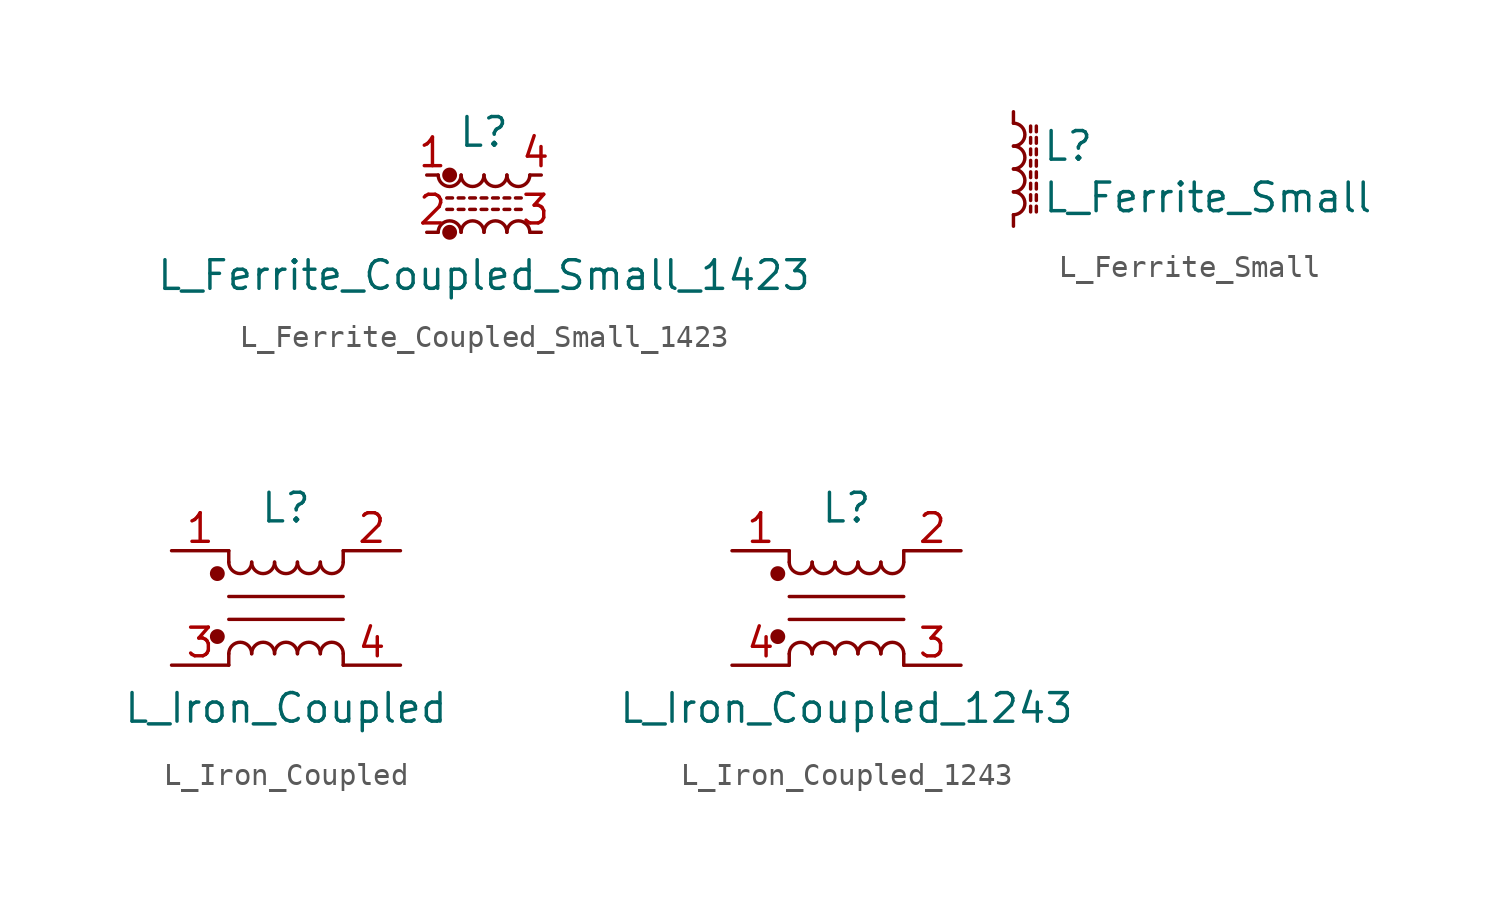
<source format=kicad_sym>
(kicad_symbol_lib
  (version 20211014)
  (generator kicad_symbol_editor)
  (symbol "L_Ferrite_Coupled_Small_1423"
    (pin_names
      (offset 0.254) hide)
    (property "Reference" "L"
      (at 0 3.175 0)
      (effects (font (size 1.27 1.27))))
    (property "Value" "L_Ferrite_Coupled_Small_1423"
      (at 0 -3.175 0)
      (effects (font (size 1.27 1.27))))
    (symbol "L_Ferrite_Coupled_Small_1423_0_1"
      (arc (start -2.032 1.27) (mid -1.524 0.762) (end -1.016 1.27) (stroke (width 0) (type default) (color 0 0 0 0)) (fill (type none)))
      (circle (center -1.524 -1.27) (radius 0.254) (stroke (width 0) (type default) (color 0 0 0 0)) (fill (type outline)))
      (circle (center -1.524 1.27) (radius 0.254) (stroke (width 0) (type default) (color 0 0 0 0)) (fill (type outline)))
      (arc (start -1.016 -1.27) (mid -1.524 -0.762) (end -2.032 -1.27) (stroke (width 0) (type default) (color 0 0 0 0)) (fill (type none)))
      (arc (start -1.016 1.27) (mid -0.508 0.762) (end 0 1.27) (stroke (width 0) (type default) (color 0 0 0 0)) (fill (type none)))
      (arc (start 0 -1.27) (mid -0.508 -0.762) (end -1.016 -1.27) (stroke (width 0) (type default) (color 0 0 0 0)) (fill (type none)))
      (polyline (pts (xy -1.651 0.254) (xy -1.397 0.254)) (stroke (width 0) (type default) (color 0 0 0 0)) (fill (type none)))
      (polyline (pts (xy -1.397 -0.254) (xy -1.651 -0.254)) (stroke (width 0) (type default) (color 0 0 0 0)) (fill (type none)))
      (polyline (pts (xy -1.143 0.254) (xy -0.889 0.254)) (stroke (width 0) (type default) (color 0 0 0 0)) (fill (type none)))
      (polyline (pts (xy -0.889 -0.254) (xy -1.143 -0.254)) (stroke (width 0) (type default) (color 0 0 0 0)) (fill (type none)))
      (polyline (pts (xy -0.635 0.254) (xy -0.381 0.254)) (stroke (width 0) (type default) (color 0 0 0 0)) (fill (type none)))
      (polyline (pts (xy -0.381 -0.254) (xy -0.635 -0.254)) (stroke (width 0) (type default) (color 0 0 0 0)) (fill (type none)))
      (polyline (pts (xy -0.127 0.254) (xy 0.127 0.254)) (stroke (width 0) (type default) (color 0 0 0 0)) (fill (type none)))
      (polyline (pts (xy 0.127 -0.254) (xy -0.127 -0.254)) (stroke (width 0) (type default) (color 0 0 0 0)) (fill (type none)))
      (polyline (pts (xy 0.381 0.254) (xy 0.635 0.254)) (stroke (width 0) (type default) (color 0 0 0 0)) (fill (type none)))
      (polyline (pts (xy 0.635 -0.254) (xy 0.381 -0.254)) (stroke (width 0) (type default) (color 0 0 0 0)) (fill (type none)))
      (polyline (pts (xy 0.889 0.254) (xy 1.143 0.254)) (stroke (width 0) (type default) (color 0 0 0 0)) (fill (type none)))
      (polyline (pts (xy 1.143 -0.254) (xy 0.889 -0.254)) (stroke (width 0) (type default) (color 0 0 0 0)) (fill (type none)))
      (polyline (pts (xy 1.397 0.254) (xy 1.651 0.254)) (stroke (width 0) (type default) (color 0 0 0 0)) (fill (type none)))
      (polyline (pts (xy 1.651 -0.254) (xy 1.397 -0.254)) (stroke (width 0) (type default) (color 0 0 0 0)) (fill (type none)))
      (arc (start 0 1.27) (mid 0.508 0.762) (end 1.016 1.27) (stroke (width 0) (type default) (color 0 0 0 0)) (fill (type none)))
      (arc (start 1.016 -1.27) (mid 0.508 -0.762) (end 0 -1.27) (stroke (width 0) (type default) (color 0 0 0 0)) (fill (type none)))
      (arc (start 1.016 1.27) (mid 1.524 0.762) (end 2.032 1.27) (stroke (width 0) (type default) (color 0 0 0 0)) (fill (type none)))
      (arc (start 2.032 -1.27) (mid 1.524 -0.762) (end 1.016 -1.27) (stroke (width 0) (type default) (color 0 0 0 0)) (fill (type none))))
    (symbol "L_Ferrite_Coupled_Small_1423_1_1"
      (pin passive line (at -2.54 1.27 0) (length 0.508) (name "1" (effects (font (size 1.27 1.27)))) (number "1" (effects (font (size 1.27 1.27)))))
      (pin passive line (at -2.54 -1.27 0) (length 0.508) (name "2" (effects (font (size 1.27 1.27)))) (number "2" (effects (font (size 1.27 1.27)))))
      (pin passive line (at 2.54 -1.27 180) (length 0.508) (name "3" (effects (font (size 1.27 1.27)))) (number "3" (effects (font (size 1.27 1.27)))))
      (pin passive line (at 2.54 1.27 180) (length 0.508) (name "4" (effects (font (size 1.27 1.27)))) (number "4" (effects (font (size 1.27 1.27)))))))
  (symbol "L_Ferrite_Small"
    (pin_numbers hide)
    (pin_names
      (offset 0.254) hide)
    (property "Reference" "L"
      (at 1.27 1.016 0)
      (effects (font (size 1.27 1.27)) (justify left)))
    (property "Value" "L_Ferrite_Small"
      (at 1.27 -1.27 0)
      (effects (font (size 1.27 1.27)) (justify left)))
    (symbol "L_Ferrite_Small_0_1"
      (arc (start 0 -2.032) (mid 0.508 -1.524) (end 0 -1.016) (stroke (width 0) (type default) (color 0 0 0 0)) (fill (type none)))
      (arc (start 0 -1.016) (mid 0.508 -0.508) (end 0 0) (stroke (width 0) (type default) (color 0 0 0 0)) (fill (type none)))
      (polyline (pts (xy 0.762 -1.905) (xy 0.762 -1.651)) (stroke (width 0) (type default) (color 0 0 0 0)) (fill (type none)))
      (polyline (pts (xy 0.762 -1.397) (xy 0.762 -1.143)) (stroke (width 0) (type default) (color 0 0 0 0)) (fill (type none)))
      (polyline (pts (xy 0.762 -0.889) (xy 0.762 -0.635)) (stroke (width 0) (type default) (color 0 0 0 0)) (fill (type none)))
      (polyline (pts (xy 0.762 -0.381) (xy 0.762 -0.127)) (stroke (width 0) (type default) (color 0 0 0 0)) (fill (type none)))
      (polyline (pts (xy 0.762 0.127) (xy 0.762 0.381)) (stroke (width 0) (type default) (color 0 0 0 0)) (fill (type none)))
      (polyline (pts (xy 0.762 0.635) (xy 0.762 0.889)) (stroke (width 0) (type default) (color 0 0 0 0)) (fill (type none)))
      (polyline (pts (xy 0.762 1.143) (xy 0.762 1.397)) (stroke (width 0) (type default) (color 0 0 0 0)) (fill (type none)))
      (polyline (pts (xy 0.762 1.651) (xy 0.762 1.905)) (stroke (width 0) (type default) (color 0 0 0 0)) (fill (type none)))
      (polyline (pts (xy 1.016 -1.651) (xy 1.016 -1.905)) (stroke (width 0) (type default) (color 0 0 0 0)) (fill (type none)))
      (polyline (pts (xy 1.016 -1.143) (xy 1.016 -1.397)) (stroke (width 0) (type default) (color 0 0 0 0)) (fill (type none)))
      (polyline (pts (xy 1.016 -0.635) (xy 1.016 -0.889)) (stroke (width 0) (type default) (color 0 0 0 0)) (fill (type none)))
      (polyline (pts (xy 1.016 -0.127) (xy 1.016 -0.381)) (stroke (width 0) (type default) (color 0 0 0 0)) (fill (type none)))
      (polyline (pts (xy 1.016 0.381) (xy 1.016 0.127)) (stroke (width 0) (type default) (color 0 0 0 0)) (fill (type none)))
      (polyline (pts (xy 1.016 0.889) (xy 1.016 0.635)) (stroke (width 0) (type default) (color 0 0 0 0)) (fill (type none)))
      (polyline (pts (xy 1.016 1.397) (xy 1.016 1.143)) (stroke (width 0) (type default) (color 0 0 0 0)) (fill (type none)))
      (polyline (pts (xy 1.016 1.905) (xy 1.016 1.651)) (stroke (width 0) (type default) (color 0 0 0 0)) (fill (type none)))
      (arc (start 0 0) (mid 0.508 0.508) (end 0 1.016) (stroke (width 0) (type default) (color 0 0 0 0)) (fill (type none)))
      (arc (start 0 1.016) (mid 0.508 1.524) (end 0 2.032) (stroke (width 0) (type default) (color 0 0 0 0)) (fill (type none))))
    (symbol "L_Ferrite_Small_1_1"
      (pin passive line (at 0 2.54 270) (length 0.508) (name "~" (effects (font (size 1.27 1.27)))) (number "1" (effects (font (size 1.27 1.27)))))
      (pin passive line (at 0 -2.54 90) (length 0.508) (name "~" (effects (font (size 1.27 1.27)))) (number "2" (effects (font (size 1.27 1.27)))))))
  (symbol "L_Iron_Coupled"
    (pin_names
      (offset 0.254) hide)
    (property "Reference" "L"
      (at 0 4.445 0)
      (effects (font (size 1.27 1.27))))
    (property "Value" "L_Iron_Coupled"
      (at 0 -4.445 0)
      (effects (font (size 1.27 1.27))))
    (symbol "L_Iron_Coupled_0_1"
      (circle (center -3.048 -1.27) (radius 0.254) (stroke (width 0) (type default) (color 0 0 0 0)) (fill (type outline)))
      (circle (center -3.048 1.524) (radius 0.254) (stroke (width 0) (type default) (color 0 0 0 0)) (fill (type outline)))
      (arc (start -2.54 2.032) (mid -2.032 1.524) (end -1.524 2.032) (stroke (width 0) (type default) (color 0 0 0 0)) (fill (type none)))
      (arc (start -1.524 -2.032) (mid -2.032 -1.524) (end -2.54 -2.032) (stroke (width 0) (type default) (color 0 0 0 0)) (fill (type none)))
      (arc (start -1.524 2.032) (mid -1.016 1.524) (end -0.508 2.032) (stroke (width 0) (type default) (color 0 0 0 0)) (fill (type none)))
      (arc (start -0.508 -2.032) (mid -1.016 -1.524) (end -1.524 -2.032) (stroke (width 0) (type default) (color 0 0 0 0)) (fill (type none)))
      (arc (start -0.508 2.032) (mid 0 1.524) (end 0.508 2.032) (stroke (width 0) (type default) (color 0 0 0 0)) (fill (type none)))
      (polyline (pts (xy -2.54 -2.032) (xy -2.54 -2.54)) (stroke (width 0) (type default) (color 0 0 0 0)) (fill (type none)))
      (polyline (pts (xy -2.54 0.508) (xy 2.54 0.508)) (stroke (width 0) (type default) (color 0 0 0 0)) (fill (type none)))
      (polyline (pts (xy -2.54 2.032) (xy -2.54 2.54)) (stroke (width 0) (type default) (color 0 0 0 0)) (fill (type none)))
      (polyline (pts (xy 2.54 -2.032) (xy 2.54 -2.54)) (stroke (width 0) (type default) (color 0 0 0 0)) (fill (type none)))
      (polyline (pts (xy 2.54 -0.508) (xy -2.54 -0.508)) (stroke (width 0) (type default) (color 0 0 0 0)) (fill (type none)))
      (polyline (pts (xy 2.54 2.54) (xy 2.54 2.032)) (stroke (width 0) (type default) (color 0 0 0 0)) (fill (type none)))
      (arc (start 0.508 -2.032) (mid 0 -1.524) (end -0.508 -2.032) (stroke (width 0) (type default) (color 0 0 0 0)) (fill (type none)))
      (arc (start 0.508 2.032) (mid 1.016 1.524) (end 1.524 2.032) (stroke (width 0) (type default) (color 0 0 0 0)) (fill (type none)))
      (arc (start 1.524 -2.032) (mid 1.016 -1.524) (end 0.508 -2.032) (stroke (width 0) (type default) (color 0 0 0 0)) (fill (type none)))
      (arc (start 1.524 2.032) (mid 2.032 1.524) (end 2.54 2.032) (stroke (width 0) (type default) (color 0 0 0 0)) (fill (type none)))
      (arc (start 2.54 -2.032) (mid 2.032 -1.524) (end 1.524 -2.032) (stroke (width 0) (type default) (color 0 0 0 0)) (fill (type none))))
    (symbol "L_Iron_Coupled_1_1"
      (pin passive line (at -5.08 2.54 0) (length 2.54) (name "1" (effects (font (size 1.27 1.27)))) (number "1" (effects (font (size 1.27 1.27)))))
      (pin passive line (at 5.08 2.54 180) (length 2.54) (name "2" (effects (font (size 1.27 1.27)))) (number "2" (effects (font (size 1.27 1.27)))))
      (pin passive line (at -5.08 -2.54 0) (length 2.54) (name "3" (effects (font (size 1.27 1.27)))) (number "3" (effects (font (size 1.27 1.27)))))
      (pin passive line (at 5.08 -2.54 180) (length 2.54) (name "4" (effects (font (size 1.27 1.27)))) (number "4" (effects (font (size 1.27 1.27)))))))
  (symbol "L_Iron_Coupled_1243"
    (pin_names
      (offset 0.254) hide)
    (property "Reference" "L"
      (at 0 4.445 0)
      (effects (font (size 1.27 1.27))))
    (property "Value" "L_Iron_Coupled_1243"
      (at 0 -4.445 0)
      (effects (font (size 1.27 1.27))))
    (symbol "L_Iron_Coupled_1243_0_1"
      (circle (center -3.048 -1.27) (radius 0.254) (stroke (width 0) (type default) (color 0 0 0 0)) (fill (type outline)))
      (circle (center -3.048 1.524) (radius 0.254) (stroke (width 0) (type default) (color 0 0 0 0)) (fill (type outline)))
      (arc (start -2.54 2.032) (mid -2.032 1.524) (end -1.524 2.032) (stroke (width 0) (type default) (color 0 0 0 0)) (fill (type none)))
      (arc (start -1.524 -2.032) (mid -2.032 -1.524) (end -2.54 -2.032) (stroke (width 0) (type default) (color 0 0 0 0)) (fill (type none)))
      (arc (start -1.524 2.032) (mid -1.016 1.524) (end -0.508 2.032) (stroke (width 0) (type default) (color 0 0 0 0)) (fill (type none)))
      (arc (start -0.508 -2.032) (mid -1.016 -1.524) (end -1.524 -2.032) (stroke (width 0) (type default) (color 0 0 0 0)) (fill (type none)))
      (arc (start -0.508 2.032) (mid 0 1.524) (end 0.508 2.032) (stroke (width 0) (type default) (color 0 0 0 0)) (fill (type none)))
      (polyline (pts (xy -2.54 -2.032) (xy -2.54 -2.54)) (stroke (width 0) (type default) (color 0 0 0 0)) (fill (type none)))
      (polyline (pts (xy -2.54 0.508) (xy 2.54 0.508)) (stroke (width 0) (type default) (color 0 0 0 0)) (fill (type none)))
      (polyline (pts (xy -2.54 2.032) (xy -2.54 2.54)) (stroke (width 0) (type default) (color 0 0 0 0)) (fill (type none)))
      (polyline (pts (xy 2.54 -2.032) (xy 2.54 -2.54)) (stroke (width 0) (type default) (color 0 0 0 0)) (fill (type none)))
      (polyline (pts (xy 2.54 -0.508) (xy -2.54 -0.508)) (stroke (width 0) (type default) (color 0 0 0 0)) (fill (type none)))
      (polyline (pts (xy 2.54 2.54) (xy 2.54 2.032)) (stroke (width 0) (type default) (color 0 0 0 0)) (fill (type none)))
      (arc (start 0.508 -2.032) (mid 0 -1.524) (end -0.508 -2.032) (stroke (width 0) (type default) (color 0 0 0 0)) (fill (type none)))
      (arc (start 0.508 2.032) (mid 1.016 1.524) (end 1.524 2.032) (stroke (width 0) (type default) (color 0 0 0 0)) (fill (type none)))
      (arc (start 1.524 -2.032) (mid 1.016 -1.524) (end 0.508 -2.032) (stroke (width 0) (type default) (color 0 0 0 0)) (fill (type none)))
      (arc (start 1.524 2.032) (mid 2.032 1.524) (end 2.54 2.032) (stroke (width 0) (type default) (color 0 0 0 0)) (fill (type none)))
      (arc (start 2.54 -2.032) (mid 2.032 -1.524) (end 1.524 -2.032) (stroke (width 0) (type default) (color 0 0 0 0)) (fill (type none))))
    (symbol "L_Iron_Coupled_1243_1_1"
      (pin passive line (at -5.08 2.54 0) (length 2.54) (name "1" (effects (font (size 1.27 1.27)))) (number "1" (effects (font (size 1.27 1.27)))))
      (pin passive line (at 5.08 2.54 180) (length 2.54) (name "2" (effects (font (size 1.27 1.27)))) (number "2" (effects (font (size 1.27 1.27)))))
      (pin passive line (at 5.08 -2.54 180) (length 2.54) (name "3" (effects (font (size 1.27 1.27)))) (number "3" (effects (font (size 1.27 1.27)))))
      (pin passive line (at -5.08 -2.54 0) (length 2.54) (name "4" (effects (font (size 1.27 1.27)))) (number "4" (effects (font (size 1.27 1.27))))))))
</source>
